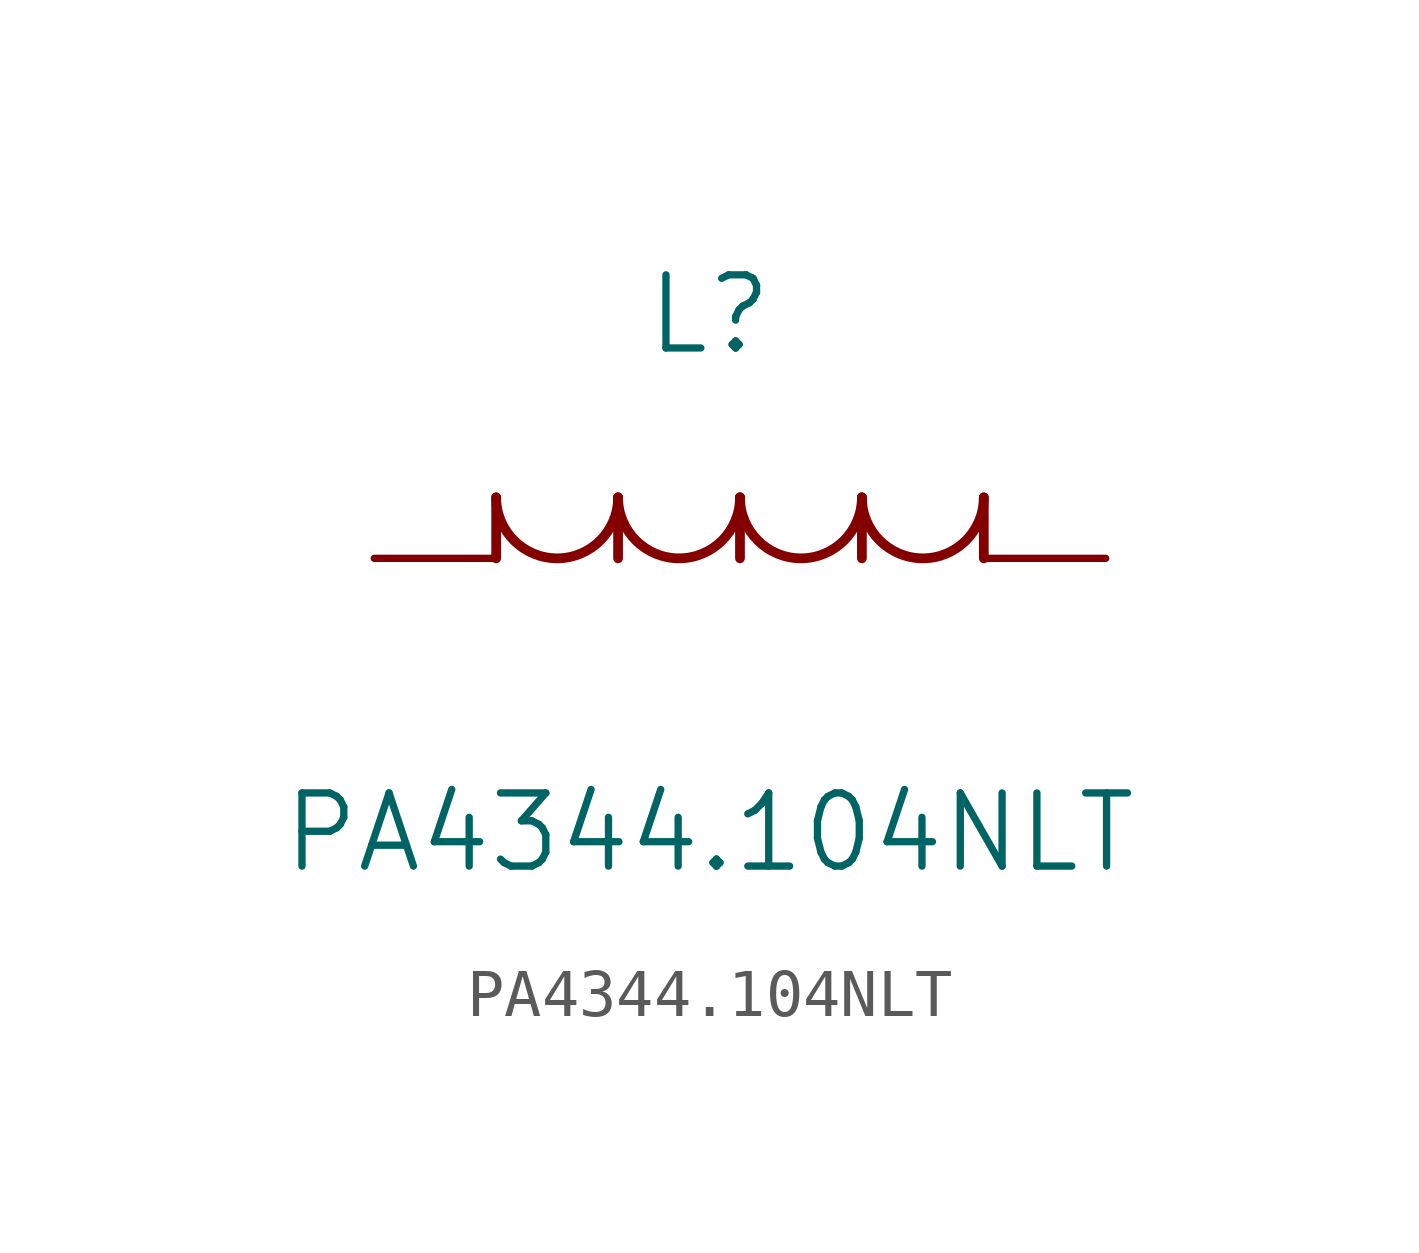
<source format=kicad_sym>
(kicad_symbol_lib
  (version 20211014)
  (generator kicad_symbol_editor)
  (symbol "PA4344.104NLT"
    (pin_numbers hide)
    (pin_names
      (offset 1.651) hide)
    (property "Reference" "L"
      (at 6.985 5.08 0)
      (effects (font (size 1.524 1.524))))
    (property "Value" "PA4344.104NLT"
      (at 6.985 -5.715 0)
      (effects (font (size 1.524 1.524))))
    (property "Datasheet" ""
      (at 0 0 0)
      (effects (font (size 1.524 1.524))))
    (property "ki_locked" ""
      (at 0 0 0)
      (effects (font (size 1.27 1.27))))
    (symbol "PA4344.104NLT_1_1"
      (polyline (pts (xy 2.54 0) (xy 2.54 1.27)) (stroke (width 0.203) (type default) (color 0 0 0 0)) (fill (type none)))
      (polyline (pts (xy 5.08 0) (xy 5.08 1.27)) (stroke (width 0.203) (type default) (color 0 0 0 0)) (fill (type none)))
      (polyline (pts (xy 7.62 0) (xy 7.62 1.27)) (stroke (width 0.203) (type default) (color 0 0 0 0)) (fill (type none)))
      (polyline (pts (xy 10.16 0) (xy 10.16 1.27)) (stroke (width 0.203) (type default) (color 0 0 0 0)) (fill (type none)))
      (polyline (pts (xy 12.7 0) (xy 12.7 1.27)) (stroke (width 0.203) (type default) (color 0 0 0 0)) (fill (type none)))
      (arc (start 2.54 1.27) (mid 3.81 0) (end 5.08 1.27) (stroke (width 0.2032) (type default) (color 0 0 0 0)) (fill (type none)))
      (arc (start 5.08 1.27) (mid 6.35 0) (end 7.62 1.27) (stroke (width 0.2032) (type default) (color 0 0 0 0)) (fill (type none)))
      (arc (start 7.62 1.27) (mid 8.89 0) (end 10.16 1.27) (stroke (width 0.2032) (type default) (color 0 0 0 0)) (fill (type none)))
      (arc (start 10.16 1.27) (mid 11.43 0) (end 12.7 1.27) (stroke (width 0.2032) (type default) (color 0 0 0 0)) (fill (type none)))
      (pin passive line (at 15.24 0 180) (length 2.54) (name "1" (effects (font (size 1.499 1.499)))) (number "1" (effects (font (size 1.499 1.499)))))
      (pin passive line (at 0 0 0) (length 2.54) (name "2" (effects (font (size 1.499 1.499)))) (number "2" (effects (font (size 1.499 1.499))))))))
</source>
